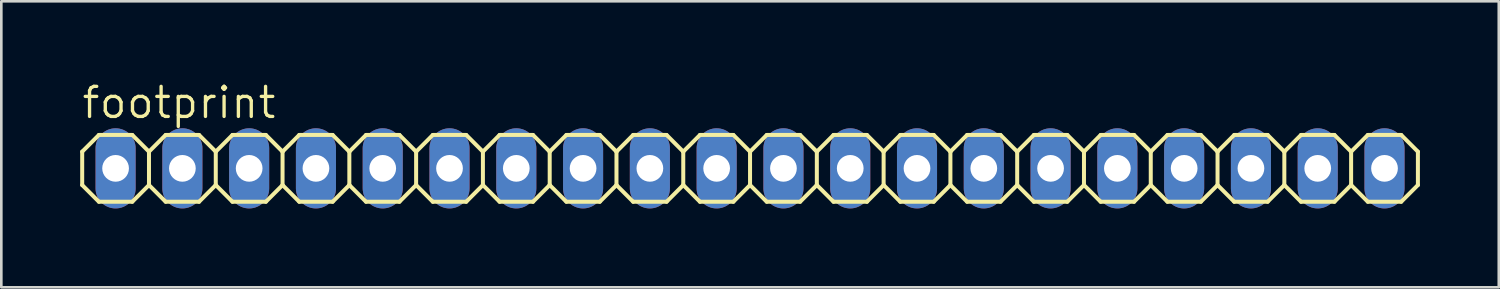
<source format=kicad_pcb>
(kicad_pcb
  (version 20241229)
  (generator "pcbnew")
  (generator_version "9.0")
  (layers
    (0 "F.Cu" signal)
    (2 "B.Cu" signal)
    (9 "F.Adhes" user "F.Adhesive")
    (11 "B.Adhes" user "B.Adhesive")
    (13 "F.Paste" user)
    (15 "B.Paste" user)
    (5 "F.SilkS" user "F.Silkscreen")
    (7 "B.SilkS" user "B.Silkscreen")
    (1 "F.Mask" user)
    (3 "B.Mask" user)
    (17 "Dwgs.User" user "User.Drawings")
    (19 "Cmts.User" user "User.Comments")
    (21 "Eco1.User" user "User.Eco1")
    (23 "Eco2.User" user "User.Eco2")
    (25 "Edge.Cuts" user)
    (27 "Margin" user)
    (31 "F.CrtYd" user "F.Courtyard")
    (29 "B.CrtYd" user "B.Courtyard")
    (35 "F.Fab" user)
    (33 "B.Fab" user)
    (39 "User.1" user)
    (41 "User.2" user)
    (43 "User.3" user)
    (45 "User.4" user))
  (footprint "footprint"
    (layer "F.Cu")
    (at 25.476 3.353)
    (property "Reference" "footprint" (at -25.476 -1.829 0) (layer "F.SilkS") (effects (font (size 1.143 1.143) (thickness 0.127)) (justify left bottom)))
    (fp_line (start -25.4 -0.635) (end -25.4 0.635) (stroke (width 0.152) (type solid)) (layer "F.SilkS"))
    (fp_line (start -25.4 0.635) (end -24.765 1.27) (stroke (width 0.152) (type solid)) (layer "F.SilkS"))
    (fp_line (start -24.765 -1.27) (end -25.4 -0.635) (stroke (width 0.152) (type solid)) (layer "F.SilkS"))
    (fp_line (start -24.765 -1.27) (end -23.495 -1.27) (stroke (width 0.152) (type solid)) (layer "F.SilkS"))
    (fp_line (start -23.495 -1.27) (end -22.86 -0.635) (stroke (width 0.152) (type solid)) (layer "F.SilkS"))
    (fp_line (start -23.495 1.27) (end -24.765 1.27) (stroke (width 0.152) (type solid)) (layer "F.SilkS"))
    (fp_line (start -22.86 -0.635) (end -22.86 0.635) (stroke (width 0.152) (type solid)) (layer "F.SilkS"))
    (fp_line (start -22.86 -0.635) (end -22.225 -1.27) (stroke (width 0.152) (type solid)) (layer "F.SilkS"))
    (fp_line (start -22.86 0.635) (end -23.495 1.27) (stroke (width 0.152) (type solid)) (layer "F.SilkS"))
    (fp_line (start -22.225 -1.27) (end -20.955 -1.27) (stroke (width 0.152) (type solid)) (layer "F.SilkS"))
    (fp_line (start -22.225 1.27) (end -22.86 0.635) (stroke (width 0.152) (type solid)) (layer "F.SilkS"))
    (fp_line (start -20.955 -1.27) (end -20.32 -0.635) (stroke (width 0.152) (type solid)) (layer "F.SilkS"))
    (fp_line (start -20.955 1.27) (end -22.225 1.27) (stroke (width 0.152) (type solid)) (layer "F.SilkS"))
    (fp_line (start -20.32 -0.635) (end -20.32 0.635) (stroke (width 0.152) (type solid)) (layer "F.SilkS"))
    (fp_line (start -20.32 -0.635) (end -19.685 -1.27) (stroke (width 0.152) (type solid)) (layer "F.SilkS"))
    (fp_line (start -20.32 0.635) (end -20.955 1.27) (stroke (width 0.152) (type solid)) (layer "F.SilkS"))
    (fp_line (start -19.685 -1.27) (end -18.415 -1.27) (stroke (width 0.152) (type solid)) (layer "F.SilkS"))
    (fp_line (start -19.685 1.27) (end -20.32 0.635) (stroke (width 0.152) (type solid)) (layer "F.SilkS"))
    (fp_line (start -18.415 -1.27) (end -17.78 -0.635) (stroke (width 0.152) (type solid)) (layer "F.SilkS"))
    (fp_line (start -18.415 1.27) (end -19.685 1.27) (stroke (width 0.152) (type solid)) (layer "F.SilkS"))
    (fp_line (start -17.78 -0.635) (end -17.78 0.635) (stroke (width 0.152) (type solid)) (layer "F.SilkS"))
    (fp_line (start -17.78 0.635) (end -18.415 1.27) (stroke (width 0.152) (type solid)) (layer "F.SilkS"))
    (fp_line (start -17.78 0.635) (end -17.145 1.27) (stroke (width 0.152) (type solid)) (layer "F.SilkS"))
    (fp_line (start -17.145 -1.27) (end -17.78 -0.635) (stroke (width 0.152) (type solid)) (layer "F.SilkS"))
    (fp_line (start -17.145 -1.27) (end -15.875 -1.27) (stroke (width 0.152) (type solid)) (layer "F.SilkS"))
    (fp_line (start -15.875 -1.27) (end -15.24 -0.635) (stroke (width 0.152) (type solid)) (layer "F.SilkS"))
    (fp_line (start -15.875 1.27) (end -17.145 1.27) (stroke (width 0.152) (type solid)) (layer "F.SilkS"))
    (fp_line (start -15.24 -0.635) (end -15.24 0.635) (stroke (width 0.152) (type solid)) (layer "F.SilkS"))
    (fp_line (start -15.24 -0.635) (end -14.605 -1.27) (stroke (width 0.152) (type solid)) (layer "F.SilkS"))
    (fp_line (start -15.24 0.635) (end -15.875 1.27) (stroke (width 0.152) (type solid)) (layer "F.SilkS"))
    (fp_line (start -14.605 -1.27) (end -13.335 -1.27) (stroke (width 0.152) (type solid)) (layer "F.SilkS"))
    (fp_line (start -14.605 1.27) (end -15.24 0.635) (stroke (width 0.152) (type solid)) (layer "F.SilkS"))
    (fp_line (start -13.335 -1.27) (end -12.7 -0.635) (stroke (width 0.152) (type solid)) (layer "F.SilkS"))
    (fp_line (start -13.335 1.27) (end -14.605 1.27) (stroke (width 0.152) (type solid)) (layer "F.SilkS"))
    (fp_line (start -12.7 -0.635) (end -12.7 0.635) (stroke (width 0.152) (type solid)) (layer "F.SilkS"))
    (fp_line (start -12.7 -0.635) (end -12.065 -1.27) (stroke (width 0.152) (type solid)) (layer "F.SilkS"))
    (fp_line (start -12.7 0.635) (end -13.335 1.27) (stroke (width 0.152) (type solid)) (layer "F.SilkS"))
    (fp_line (start -12.065 -1.27) (end -10.795 -1.27) (stroke (width 0.152) (type solid)) (layer "F.SilkS"))
    (fp_line (start -12.065 1.27) (end -12.7 0.635) (stroke (width 0.152) (type solid)) (layer "F.SilkS"))
    (fp_line (start -10.795 -1.27) (end -10.16 -0.635) (stroke (width 0.152) (type solid)) (layer "F.SilkS"))
    (fp_line (start -10.795 1.27) (end -12.065 1.27) (stroke (width 0.152) (type solid)) (layer "F.SilkS"))
    (fp_line (start -10.16 -0.635) (end -10.16 0.635) (stroke (width 0.152) (type solid)) (layer "F.SilkS"))
    (fp_line (start -10.16 0.635) (end -10.795 1.27) (stroke (width 0.152) (type solid)) (layer "F.SilkS"))
    (fp_line (start -10.16 0.635) (end -9.525 1.27) (stroke (width 0.152) (type solid)) (layer "F.SilkS"))
    (fp_line (start -9.525 -1.27) (end -10.16 -0.635) (stroke (width 0.152) (type solid)) (layer "F.SilkS"))
    (fp_line (start -9.525 -1.27) (end -8.255 -1.27) (stroke (width 0.152) (type solid)) (layer "F.SilkS"))
    (fp_line (start -8.255 -1.27) (end -7.62 -0.635) (stroke (width 0.152) (type solid)) (layer "F.SilkS"))
    (fp_line (start -8.255 1.27) (end -9.525 1.27) (stroke (width 0.152) (type solid)) (layer "F.SilkS"))
    (fp_line (start -7.62 -0.635) (end -7.62 0.635) (stroke (width 0.152) (type solid)) (layer "F.SilkS"))
    (fp_line (start -7.62 -0.635) (end -6.985 -1.27) (stroke (width 0.152) (type solid)) (layer "F.SilkS"))
    (fp_line (start -7.62 0.635) (end -8.255 1.27) (stroke (width 0.152) (type solid)) (layer "F.SilkS"))
    (fp_line (start -6.985 -1.27) (end -5.715 -1.27) (stroke (width 0.152) (type solid)) (layer "F.SilkS"))
    (fp_line (start -6.985 1.27) (end -7.62 0.635) (stroke (width 0.152) (type solid)) (layer "F.SilkS"))
    (fp_line (start -5.715 -1.27) (end -5.08 -0.635) (stroke (width 0.152) (type solid)) (layer "F.SilkS"))
    (fp_line (start -5.715 1.27) (end -6.985 1.27) (stroke (width 0.152) (type solid)) (layer "F.SilkS"))
    (fp_line (start -5.08 -0.635) (end -5.08 0.635) (stroke (width 0.152) (type solid)) (layer "F.SilkS"))
    (fp_line (start -5.08 -0.635) (end -4.445 -1.27) (stroke (width 0.152) (type solid)) (layer "F.SilkS"))
    (fp_line (start -5.08 0.635) (end -5.715 1.27) (stroke (width 0.152) (type solid)) (layer "F.SilkS"))
    (fp_line (start -4.445 -1.27) (end -3.175 -1.27) (stroke (width 0.152) (type solid)) (layer "F.SilkS"))
    (fp_line (start -4.445 1.27) (end -5.08 0.635) (stroke (width 0.152) (type solid)) (layer "F.SilkS"))
    (fp_line (start -3.175 -1.27) (end -2.54 -0.635) (stroke (width 0.152) (type solid)) (layer "F.SilkS"))
    (fp_line (start -3.175 1.27) (end -4.445 1.27) (stroke (width 0.152) (type solid)) (layer "F.SilkS"))
    (fp_line (start -2.54 -0.635) (end -2.54 0.635) (stroke (width 0.152) (type solid)) (layer "F.SilkS"))
    (fp_line (start -2.54 0.635) (end -3.175 1.27) (stroke (width 0.152) (type solid)) (layer "F.SilkS"))
    (fp_line (start -2.54 0.635) (end -1.905 1.27) (stroke (width 0.152) (type solid)) (layer "F.SilkS"))
    (fp_line (start -1.905 -1.27) (end -2.54 -0.635) (stroke (width 0.152) (type solid)) (layer "F.SilkS"))
    (fp_line (start -1.905 -1.27) (end -0.635 -1.27) (stroke (width 0.152) (type solid)) (layer "F.SilkS"))
    (fp_line (start -0.635 -1.27) (end 0 -0.635) (stroke (width 0.152) (type solid)) (layer "F.SilkS"))
    (fp_line (start -0.635 1.27) (end -1.905 1.27) (stroke (width 0.152) (type solid)) (layer "F.SilkS"))
    (fp_line (start 0 -0.635) (end 0 0.635) (stroke (width 0.152) (type solid)) (layer "F.SilkS"))
    (fp_line (start 0 -0.635) (end 0.635 -1.27) (stroke (width 0.152) (type solid)) (layer "F.SilkS"))
    (fp_line (start 0 0.635) (end -0.635 1.27) (stroke (width 0.152) (type solid)) (layer "F.SilkS"))
    (fp_line (start 0.635 -1.27) (end 1.905 -1.27) (stroke (width 0.152) (type solid)) (layer "F.SilkS"))
    (fp_line (start 0.635 1.27) (end 0 0.635) (stroke (width 0.152) (type solid)) (layer "F.SilkS"))
    (fp_line (start 1.905 -1.27) (end 2.54 -0.635) (stroke (width 0.152) (type solid)) (layer "F.SilkS"))
    (fp_line (start 1.905 1.27) (end 0.635 1.27) (stroke (width 0.152) (type solid)) (layer "F.SilkS"))
    (fp_line (start 2.54 -0.635) (end 2.54 0.635) (stroke (width 0.152) (type solid)) (layer "F.SilkS"))
    (fp_line (start 2.54 -0.635) (end 3.175 -1.27) (stroke (width 0.152) (type solid)) (layer "F.SilkS"))
    (fp_line (start 2.54 0.635) (end 1.905 1.27) (stroke (width 0.152) (type solid)) (layer "F.SilkS"))
    (fp_line (start 3.175 -1.27) (end 4.445 -1.27) (stroke (width 0.152) (type solid)) (layer "F.SilkS"))
    (fp_line (start 3.175 1.27) (end 2.54 0.635) (stroke (width 0.152) (type solid)) (layer "F.SilkS"))
    (fp_line (start 4.445 -1.27) (end 5.08 -0.635) (stroke (width 0.152) (type solid)) (layer "F.SilkS"))
    (fp_line (start 4.445 1.27) (end 3.175 1.27) (stroke (width 0.152) (type solid)) (layer "F.SilkS"))
    (fp_line (start 5.08 -0.635) (end 5.08 0.635) (stroke (width 0.152) (type solid)) (layer "F.SilkS"))
    (fp_line (start 5.08 0.635) (end 4.445 1.27) (stroke (width 0.152) (type solid)) (layer "F.SilkS"))
    (fp_line (start 5.08 0.635) (end 5.715 1.27) (stroke (width 0.152) (type solid)) (layer "F.SilkS"))
    (fp_line (start 5.715 -1.27) (end 5.08 -0.635) (stroke (width 0.152) (type solid)) (layer "F.SilkS"))
    (fp_line (start 5.715 -1.27) (end 6.985 -1.27) (stroke (width 0.152) (type solid)) (layer "F.SilkS"))
    (fp_line (start 6.985 -1.27) (end 7.62 -0.635) (stroke (width 0.152) (type solid)) (layer "F.SilkS"))
    (fp_line (start 6.985 1.27) (end 5.715 1.27) (stroke (width 0.152) (type solid)) (layer "F.SilkS"))
    (fp_line (start 7.62 -0.635) (end 7.62 0.635) (stroke (width 0.152) (type solid)) (layer "F.SilkS"))
    (fp_line (start 7.62 -0.635) (end 8.255 -1.27) (stroke (width 0.152) (type solid)) (layer "F.SilkS"))
    (fp_line (start 7.62 0.635) (end 6.985 1.27) (stroke (width 0.152) (type solid)) (layer "F.SilkS"))
    (fp_line (start 8.255 -1.27) (end 9.525 -1.27) (stroke (width 0.152) (type solid)) (layer "F.SilkS"))
    (fp_line (start 8.255 1.27) (end 7.62 0.635) (stroke (width 0.152) (type solid)) (layer "F.SilkS"))
    (fp_line (start 9.525 -1.27) (end 10.16 -0.635) (stroke (width 0.152) (type solid)) (layer "F.SilkS"))
    (fp_line (start 9.525 1.27) (end 8.255 1.27) (stroke (width 0.152) (type solid)) (layer "F.SilkS"))
    (fp_line (start 10.16 -0.635) (end 10.16 0.635) (stroke (width 0.152) (type solid)) (layer "F.SilkS"))
    (fp_line (start 10.16 -0.635) (end 10.795 -1.27) (stroke (width 0.152) (type solid)) (layer "F.SilkS"))
    (fp_line (start 10.16 0.635) (end 9.525 1.27) (stroke (width 0.152) (type solid)) (layer "F.SilkS"))
    (fp_line (start 10.795 -1.27) (end 12.065 -1.27) (stroke (width 0.152) (type solid)) (layer "F.SilkS"))
    (fp_line (start 10.795 1.27) (end 10.16 0.635) (stroke (width 0.152) (type solid)) (layer "F.SilkS"))
    (fp_line (start 12.065 -1.27) (end 12.7 -0.635) (stroke (width 0.152) (type solid)) (layer "F.SilkS"))
    (fp_line (start 12.065 1.27) (end 10.795 1.27) (stroke (width 0.152) (type solid)) (layer "F.SilkS"))
    (fp_line (start 12.7 -0.635) (end 12.7 0.635) (stroke (width 0.152) (type solid)) (layer "F.SilkS"))
    (fp_line (start 12.7 0.635) (end 12.065 1.27) (stroke (width 0.152) (type solid)) (layer "F.SilkS"))
    (fp_line (start 12.7 0.635) (end 13.335 1.27) (stroke (width 0.152) (type solid)) (layer "F.SilkS"))
    (fp_line (start 13.335 -1.27) (end 12.7 -0.635) (stroke (width 0.152) (type solid)) (layer "F.SilkS"))
    (fp_line (start 13.335 -1.27) (end 14.605 -1.27) (stroke (width 0.152) (type solid)) (layer "F.SilkS"))
    (fp_line (start 14.605 -1.27) (end 15.24 -0.635) (stroke (width 0.152) (type solid)) (layer "F.SilkS"))
    (fp_line (start 14.605 1.27) (end 13.335 1.27) (stroke (width 0.152) (type solid)) (layer "F.SilkS"))
    (fp_line (start 15.24 -0.635) (end 15.24 0.635) (stroke (width 0.152) (type solid)) (layer "F.SilkS"))
    (fp_line (start 15.24 -0.635) (end 15.875 -1.27) (stroke (width 0.152) (type solid)) (layer "F.SilkS"))
    (fp_line (start 15.24 0.635) (end 14.605 1.27) (stroke (width 0.152) (type solid)) (layer "F.SilkS"))
    (fp_line (start 15.875 -1.27) (end 17.145 -1.27) (stroke (width 0.152) (type solid)) (layer "F.SilkS"))
    (fp_line (start 15.875 1.27) (end 15.24 0.635) (stroke (width 0.152) (type solid)) (layer "F.SilkS"))
    (fp_line (start 17.145 -1.27) (end 17.78 -0.635) (stroke (width 0.152) (type solid)) (layer "F.SilkS"))
    (fp_line (start 17.145 1.27) (end 15.875 1.27) (stroke (width 0.152) (type solid)) (layer "F.SilkS"))
    (fp_line (start 17.78 -0.635) (end 17.78 0.635) (stroke (width 0.152) (type solid)) (layer "F.SilkS"))
    (fp_line (start 17.78 -0.635) (end 18.415 -1.27) (stroke (width 0.152) (type solid)) (layer "F.SilkS"))
    (fp_line (start 17.78 0.635) (end 17.145 1.27) (stroke (width 0.152) (type solid)) (layer "F.SilkS"))
    (fp_line (start 18.415 -1.27) (end 19.685 -1.27) (stroke (width 0.152) (type solid)) (layer "F.SilkS"))
    (fp_line (start 18.415 1.27) (end 17.78 0.635) (stroke (width 0.152) (type solid)) (layer "F.SilkS"))
    (fp_line (start 19.685 -1.27) (end 20.32 -0.635) (stroke (width 0.152) (type solid)) (layer "F.SilkS"))
    (fp_line (start 19.685 1.27) (end 18.415 1.27) (stroke (width 0.152) (type solid)) (layer "F.SilkS"))
    (fp_line (start 20.32 -0.635) (end 20.32 0.635) (stroke (width 0.152) (type solid)) (layer "F.SilkS"))
    (fp_line (start 20.32 0.635) (end 19.685 1.27) (stroke (width 0.152) (type solid)) (layer "F.SilkS"))
    (fp_line (start 20.32 0.635) (end 20.955 1.27) (stroke (width 0.152) (type solid)) (layer "F.SilkS"))
    (fp_line (start 20.955 -1.27) (end 20.32 -0.635) (stroke (width 0.152) (type solid)) (layer "F.SilkS"))
    (fp_line (start 20.955 -1.27) (end 22.225 -1.27) (stroke (width 0.152) (type solid)) (layer "F.SilkS"))
    (fp_line (start 22.225 -1.27) (end 22.86 -0.635) (stroke (width 0.152) (type solid)) (layer "F.SilkS"))
    (fp_line (start 22.225 1.27) (end 20.955 1.27) (stroke (width 0.152) (type solid)) (layer "F.SilkS"))
    (fp_line (start 22.86 -0.635) (end 22.86 0.635) (stroke (width 0.152) (type solid)) (layer "F.SilkS"))
    (fp_line (start 22.86 0.635) (end 22.225 1.27) (stroke (width 0.152) (type solid)) (layer "F.SilkS"))
    (fp_line (start 22.86 0.635) (end 23.495 1.27) (stroke (width 0.152) (type solid)) (layer "F.SilkS"))
    (fp_line (start 23.495 -1.27) (end 22.86 -0.635) (stroke (width 0.152) (type solid)) (layer "F.SilkS"))
    (fp_line (start 23.495 -1.27) (end 24.765 -1.27) (stroke (width 0.152) (type solid)) (layer "F.SilkS"))
    (fp_line (start 24.765 -1.27) (end 25.4 -0.635) (stroke (width 0.152) (type solid)) (layer "F.SilkS"))
    (fp_line (start 24.765 1.27) (end 23.495 1.27) (stroke (width 0.152) (type solid)) (layer "F.SilkS"))
    (fp_line (start 25.4 -0.635) (end 25.4 0.635) (stroke (width 0.152) (type solid)) (layer "F.SilkS"))
    (fp_line (start 25.4 0.635) (end 24.765 1.27) (stroke (width 0.152) (type solid)) (layer "F.SilkS"))
    (fp_poly (pts (xy -24.384 0.254) (xy -23.876 0.254) (xy -23.876 -0.254) (xy -24.384 -0.254)) (stroke (width 0.1) (type solid)) (fill no) (layer "F.Fab"))
    (fp_poly (pts (xy -21.844 0.254) (xy -21.336 0.254) (xy -21.336 -0.254) (xy -21.844 -0.254)) (stroke (width 0.1) (type solid)) (fill no) (layer "F.Fab"))
    (fp_poly (pts (xy -19.304 0.254) (xy -18.796 0.254) (xy -18.796 -0.254) (xy -19.304 -0.254)) (stroke (width 0.1) (type solid)) (fill no) (layer "F.Fab"))
    (fp_poly (pts (xy -16.764 0.254) (xy -16.256 0.254) (xy -16.256 -0.254) (xy -16.764 -0.254)) (stroke (width 0.1) (type solid)) (fill no) (layer "F.Fab"))
    (fp_poly (pts (xy -14.224 0.254) (xy -13.716 0.254) (xy -13.716 -0.254) (xy -14.224 -0.254)) (stroke (width 0.1) (type solid)) (fill no) (layer "F.Fab"))
    (fp_poly (pts (xy -11.684 0.254) (xy -11.176 0.254) (xy -11.176 -0.254) (xy -11.684 -0.254)) (stroke (width 0.1) (type solid)) (fill no) (layer "F.Fab"))
    (fp_poly (pts (xy -9.144 0.254) (xy -8.636 0.254) (xy -8.636 -0.254) (xy -9.144 -0.254)) (stroke (width 0.1) (type solid)) (fill no) (layer "F.Fab"))
    (fp_poly (pts (xy -6.604 0.254) (xy -6.096 0.254) (xy -6.096 -0.254) (xy -6.604 -0.254)) (stroke (width 0.1) (type solid)) (fill no) (layer "F.Fab"))
    (fp_poly (pts (xy -4.064 0.254) (xy -3.556 0.254) (xy -3.556 -0.254) (xy -4.064 -0.254)) (stroke (width 0.1) (type solid)) (fill no) (layer "F.Fab"))
    (fp_poly (pts (xy -1.524 0.254) (xy -1.016 0.254) (xy -1.016 -0.254) (xy -1.524 -0.254)) (stroke (width 0.1) (type solid)) (fill no) (layer "F.Fab"))
    (fp_poly (pts (xy 1.016 0.254) (xy 1.524 0.254) (xy 1.524 -0.254) (xy 1.016 -0.254)) (stroke (width 0.1) (type solid)) (fill no) (layer "F.Fab"))
    (fp_poly (pts (xy 3.556 0.254) (xy 4.064 0.254) (xy 4.064 -0.254) (xy 3.556 -0.254)) (stroke (width 0.1) (type solid)) (fill no) (layer "F.Fab"))
    (fp_poly (pts (xy 6.096 0.254) (xy 6.604 0.254) (xy 6.604 -0.254) (xy 6.096 -0.254)) (stroke (width 0.1) (type solid)) (fill no) (layer "F.Fab"))
    (fp_poly (pts (xy 8.636 0.254) (xy 9.144 0.254) (xy 9.144 -0.254) (xy 8.636 -0.254)) (stroke (width 0.1) (type solid)) (fill no) (layer "F.Fab"))
    (fp_poly (pts (xy 11.176 0.254) (xy 11.684 0.254) (xy 11.684 -0.254) (xy 11.176 -0.254)) (stroke (width 0.1) (type solid)) (fill no) (layer "F.Fab"))
    (fp_poly (pts (xy 13.716 0.254) (xy 14.224 0.254) (xy 14.224 -0.254) (xy 13.716 -0.254)) (stroke (width 0.1) (type solid)) (fill no) (layer "F.Fab"))
    (fp_poly (pts (xy 16.256 0.254) (xy 16.764 0.254) (xy 16.764 -0.254) (xy 16.256 -0.254)) (stroke (width 0.1) (type solid)) (fill no) (layer "F.Fab"))
    (fp_poly (pts (xy 18.796 0.254) (xy 19.304 0.254) (xy 19.304 -0.254) (xy 18.796 -0.254)) (stroke (width 0.1) (type solid)) (fill no) (layer "F.Fab"))
    (fp_poly (pts (xy 21.336 0.254) (xy 21.844 0.254) (xy 21.844 -0.254) (xy 21.336 -0.254)) (stroke (width 0.1) (type solid)) (fill no) (layer "F.Fab"))
    (fp_poly (pts (xy 23.876 0.254) (xy 24.384 0.254) (xy 24.384 -0.254) (xy 23.876 -0.254)) (stroke (width 0.1) (type solid)) (fill no) (layer "F.Fab"))
    (pad "1" thru_hole oval (at -24.13 0 90) (size 3.048 1.524) (drill 1.016) (layers "*.Cu" "*.Mask"))
    (pad "2" thru_hole oval (at -21.59 0 90) (size 3.048 1.524) (drill 1.016) (layers "*.Cu" "*.Mask"))
    (pad "3" thru_hole oval (at -19.05 0 90) (size 3.048 1.524) (drill 1.016) (layers "*.Cu" "*.Mask"))
    (pad "4" thru_hole oval (at -16.51 0 90) (size 3.048 1.524) (drill 1.016) (layers "*.Cu" "*.Mask"))
    (pad "5" thru_hole oval (at -13.97 0 90) (size 3.048 1.524) (drill 1.016) (layers "*.Cu" "*.Mask"))
    (pad "6" thru_hole oval (at -11.43 0 90) (size 3.048 1.524) (drill 1.016) (layers "*.Cu" "*.Mask"))
    (pad "7" thru_hole oval (at -8.89 0 90) (size 3.048 1.524) (drill 1.016) (layers "*.Cu" "*.Mask"))
    (pad "8" thru_hole oval (at -6.35 0 90) (size 3.048 1.524) (drill 1.016) (layers "*.Cu" "*.Mask"))
    (pad "9" thru_hole oval (at -3.81 0 90) (size 3.048 1.524) (drill 1.016) (layers "*.Cu" "*.Mask"))
    (pad "10" thru_hole oval (at -1.27 0 90) (size 3.048 1.524) (drill 1.016) (layers "*.Cu" "*.Mask"))
    (pad "11" thru_hole oval (at 1.27 0 90) (size 3.048 1.524) (drill 1.016) (layers "*.Cu" "*.Mask"))
    (pad "12" thru_hole oval (at 3.81 0 90) (size 3.048 1.524) (drill 1.016) (layers "*.Cu" "*.Mask"))
    (pad "13" thru_hole oval (at 6.35 0 90) (size 3.048 1.524) (drill 1.016) (layers "*.Cu" "*.Mask"))
    (pad "14" thru_hole oval (at 8.89 0 90) (size 3.048 1.524) (drill 1.016) (layers "*.Cu" "*.Mask"))
    (pad "15" thru_hole oval (at 11.43 0 90) (size 3.048 1.524) (drill 1.016) (layers "*.Cu" "*.Mask"))
    (pad "16" thru_hole oval (at 13.97 0 90) (size 3.048 1.524) (drill 1.016) (layers "*.Cu" "*.Mask"))
    (pad "17" thru_hole oval (at 16.51 0 90) (size 3.048 1.524) (drill 1.016) (layers "*.Cu" "*.Mask"))
    (pad "18" thru_hole oval (at 19.05 0 90) (size 3.048 1.524) (drill 1.016) (layers "*.Cu" "*.Mask"))
    (pad "19" thru_hole oval (at 21.59 0 90) (size 3.048 1.524) (drill 1.016) (layers "*.Cu" "*.Mask"))
    (pad "20" thru_hole oval (at 24.13 0 90) (size 3.048 1.524) (drill 1.016) (layers "*.Cu" "*.Mask")))
  (gr_rect
    (start -3 -3)
    (end 53.952 7.877)
    (stroke (width 0.1) (type default))
    (fill no)
    (layer "Edge.Cuts")))
</source>
